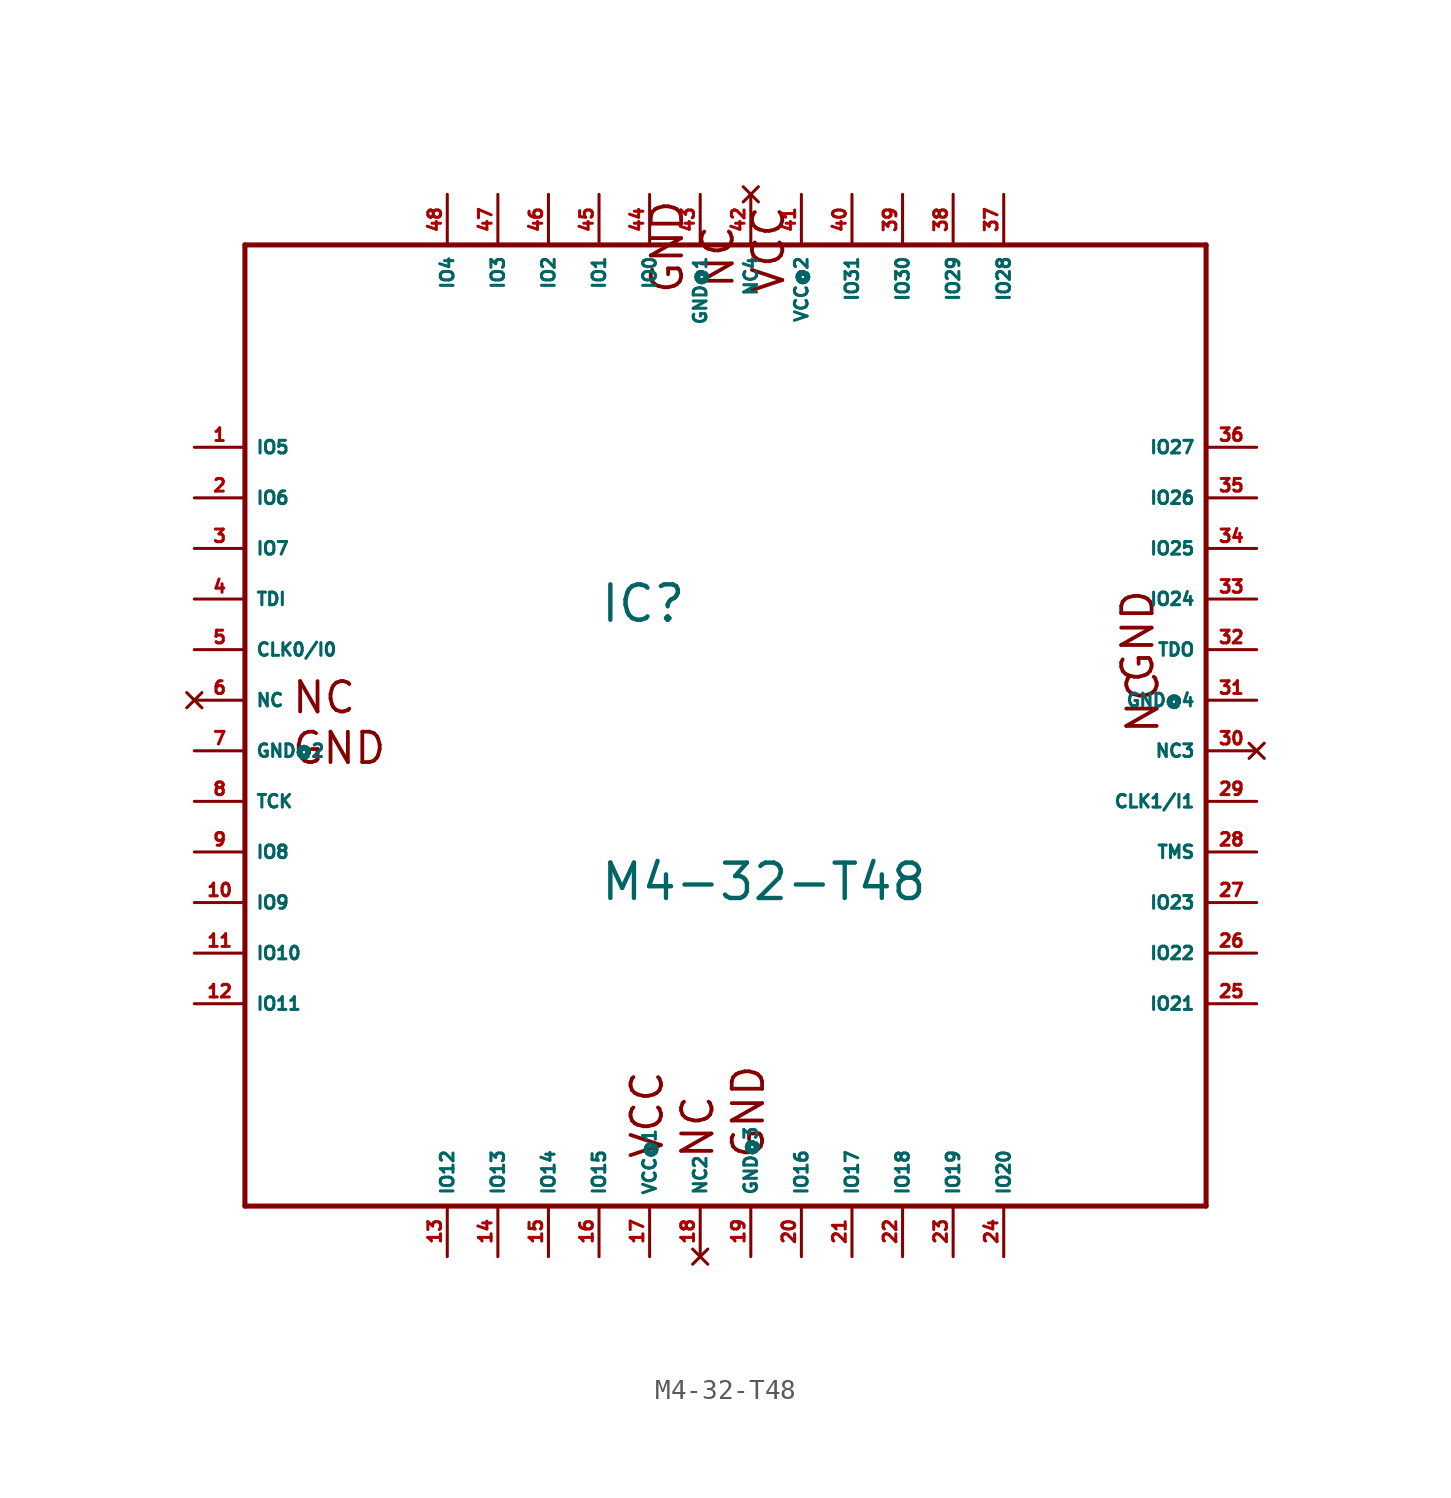
<source format=kicad_sym>
(kicad_symbol_lib
  (version 20220914)
  (generator Eagle2Kicad)
  (symbol "M4-32-T48"
    (property "Reference" "IC"
      (at -7.62 3.81 0)
      (effects (font (size 1.778 1.778) (thickness 0.22)) (justify left bottom)))
    (property "Value" "M4-32-T48"
      (at -7.62 -10.16 0)
      (effects (font (size 1.778 1.778) (thickness 0.22)) (justify left bottom)))
    (polyline
      (pts (xy -25.4 22.86) (xy -25.4 -25.4))
      (stroke (width 0.254) (type default))
      (fill (type none)))
    (polyline
      (pts (xy -25.4 -25.4) (xy 22.86 -25.4))
      (stroke (width 0.254) (type default))
      (fill (type none)))
    (polyline
      (pts (xy 22.86 -25.4) (xy 22.86 22.86))
      (stroke (width 0.254) (type default))
      (fill (type none)))
    (polyline
      (pts (xy 22.86 22.86) (xy -25.4 22.86))
      (stroke (width 0.254) (type default))
      (fill (type none)))
    (text "GND"
      (at -23.114 -3.302 0)
      (effects (font (size 1.524 1.524) (thickness 0.19)) (justify left bottom)))
    (text "GND"
      (at 0.762 -23.114 900)
      (effects (font (size 1.524 1.524) (thickness 0.19)) (justify left bottom)))
    (text "GND"
      (at 20.32 0.762 1800)
      (effects (font (size 1.524 1.524) (thickness 0.19)) (justify left bottom)))
    (text "GND"
      (at -3.302 20.32 2700)
      (effects (font (size 1.524 1.524) (thickness 0.19)) (justify left bottom)))
    (text "VCC"
      (at 1.778 20.32 2700)
      (effects (font (size 1.524 1.524) (thickness 0.19)) (justify left bottom)))
    (text "VCC"
      (at -4.318 -23.114 900)
      (effects (font (size 1.524 1.524) (thickness 0.19)) (justify left bottom)))
    (text "NC"
      (at -23.114 -0.762 0)
      (effects (font (size 1.524 1.524) (thickness 0.19)) (justify left bottom)))
    (text "NC"
      (at -1.778 -23.114 900)
      (effects (font (size 1.524 1.524) (thickness 0.19)) (justify left bottom)))
    (text "NC"
      (at 20.574 -1.778 1800)
      (effects (font (size 1.524 1.524) (thickness 0.19)) (justify left bottom)))
    (text "NC"
      (at -0.762 20.574 2700)
      (effects (font (size 1.524 1.524) (thickness 0.19)) (justify left bottom)))
    (pin input line
      (at -27.94 2.54 0)
      (length 2.54)
      (name "CLK0/I0" (effects (font (size 0.635 0.635) (thickness 0.08)) (justify left bottom)))
      (number "5" (effects (font (size 0.635 0.635) (thickness 0.08)) (justify left bottom))))
    (pin input line
      (at 25.4 -5.08 180)
      (length 2.54)
      (name "CLK1/I1" (effects (font (size 0.635 0.635) (thickness 0.08)) (justify left bottom)))
      (number "29" (effects (font (size 0.635 0.635) (thickness 0.08)) (justify left bottom))))
    (pin input line
      (at -27.94 5.08 0)
      (length 2.54)
      (name "TDI" (effects (font (size 0.635 0.635) (thickness 0.08)) (justify left bottom)))
      (number "4" (effects (font (size 0.635 0.635) (thickness 0.08)) (justify left bottom))))
    (pin input line
      (at -27.94 -5.08 0)
      (length 2.54)
      (name "TCK" (effects (font (size 0.635 0.635) (thickness 0.08)) (justify left bottom)))
      (number "8" (effects (font (size 0.635 0.635) (thickness 0.08)) (justify left bottom))))
    (pin input line
      (at 25.4 -7.62 180)
      (length 2.54)
      (name "TMS" (effects (font (size 0.635 0.635) (thickness 0.08)) (justify left bottom)))
      (number "28" (effects (font (size 0.635 0.635) (thickness 0.08)) (justify left bottom))))
    (pin output line
      (at 25.4 2.54 180)
      (length 2.54)
      (name "TDO" (effects (font (size 0.635 0.635) (thickness 0.08)) (justify left bottom)))
      (number "32" (effects (font (size 0.635 0.635) (thickness 0.08)) (justify left bottom))))
    (pin bidirectional line
      (at -5.08 25.4 270)
      (length 2.54)
      (name "IO0" (effects (font (size 0.635 0.635) (thickness 0.08)) (justify left bottom)))
      (number "44" (effects (font (size 0.635 0.635) (thickness 0.08)) (justify left bottom))))
    (pin bidirectional line
      (at -7.62 25.4 270)
      (length 2.54)
      (name "IO1" (effects (font (size 0.635 0.635) (thickness 0.08)) (justify left bottom)))
      (number "45" (effects (font (size 0.635 0.635) (thickness 0.08)) (justify left bottom))))
    (pin bidirectional line
      (at -10.16 25.4 270)
      (length 2.54)
      (name "IO2" (effects (font (size 0.635 0.635) (thickness 0.08)) (justify left bottom)))
      (number "46" (effects (font (size 0.635 0.635) (thickness 0.08)) (justify left bottom))))
    (pin bidirectional line
      (at -12.7 25.4 270)
      (length 2.54)
      (name "IO3" (effects (font (size 0.635 0.635) (thickness 0.08)) (justify left bottom)))
      (number "47" (effects (font (size 0.635 0.635) (thickness 0.08)) (justify left bottom))))
    (pin bidirectional line
      (at -15.24 25.4 270)
      (length 2.54)
      (name "IO4" (effects (font (size 0.635 0.635) (thickness 0.08)) (justify left bottom)))
      (number "48" (effects (font (size 0.635 0.635) (thickness 0.08)) (justify left bottom))))
    (pin bidirectional line
      (at -27.94 12.7 0)
      (length 2.54)
      (name "IO5" (effects (font (size 0.635 0.635) (thickness 0.08)) (justify left bottom)))
      (number "1" (effects (font (size 0.635 0.635) (thickness 0.08)) (justify left bottom))))
    (pin bidirectional line
      (at -27.94 10.16 0)
      (length 2.54)
      (name "IO6" (effects (font (size 0.635 0.635) (thickness 0.08)) (justify left bottom)))
      (number "2" (effects (font (size 0.635 0.635) (thickness 0.08)) (justify left bottom))))
    (pin bidirectional line
      (at -27.94 7.62 0)
      (length 2.54)
      (name "IO7" (effects (font (size 0.635 0.635) (thickness 0.08)) (justify left bottom)))
      (number "3" (effects (font (size 0.635 0.635) (thickness 0.08)) (justify left bottom))))
    (pin bidirectional line
      (at -27.94 -7.62 0)
      (length 2.54)
      (name "IO8" (effects (font (size 0.635 0.635) (thickness 0.08)) (justify left bottom)))
      (number "9" (effects (font (size 0.635 0.635) (thickness 0.08)) (justify left bottom))))
    (pin bidirectional line
      (at -27.94 -10.16 0)
      (length 2.54)
      (name "IO9" (effects (font (size 0.635 0.635) (thickness 0.08)) (justify left bottom)))
      (number "10" (effects (font (size 0.635 0.635) (thickness 0.08)) (justify left bottom))))
    (pin bidirectional line
      (at -27.94 -12.7 0)
      (length 2.54)
      (name "IO10" (effects (font (size 0.635 0.635) (thickness 0.08)) (justify left bottom)))
      (number "11" (effects (font (size 0.635 0.635) (thickness 0.08)) (justify left bottom))))
    (pin bidirectional line
      (at -27.94 -15.24 0)
      (length 2.54)
      (name "IO11" (effects (font (size 0.635 0.635) (thickness 0.08)) (justify left bottom)))
      (number "12" (effects (font (size 0.635 0.635) (thickness 0.08)) (justify left bottom))))
    (pin bidirectional line
      (at -15.24 -27.94 90)
      (length 2.54)
      (name "IO12" (effects (font (size 0.635 0.635) (thickness 0.08)) (justify left bottom)))
      (number "13" (effects (font (size 0.635 0.635) (thickness 0.08)) (justify left bottom))))
    (pin bidirectional line
      (at -12.7 -27.94 90)
      (length 2.54)
      (name "IO13" (effects (font (size 0.635 0.635) (thickness 0.08)) (justify left bottom)))
      (number "14" (effects (font (size 0.635 0.635) (thickness 0.08)) (justify left bottom))))
    (pin bidirectional line
      (at -10.16 -27.94 90)
      (length 2.54)
      (name "IO14" (effects (font (size 0.635 0.635) (thickness 0.08)) (justify left bottom)))
      (number "15" (effects (font (size 0.635 0.635) (thickness 0.08)) (justify left bottom))))
    (pin bidirectional line
      (at -7.62 -27.94 90)
      (length 2.54)
      (name "IO15" (effects (font (size 0.635 0.635) (thickness 0.08)) (justify left bottom)))
      (number "16" (effects (font (size 0.635 0.635) (thickness 0.08)) (justify left bottom))))
    (pin bidirectional line
      (at 2.54 -27.94 90)
      (length 2.54)
      (name "IO16" (effects (font (size 0.635 0.635) (thickness 0.08)) (justify left bottom)))
      (number "20" (effects (font (size 0.635 0.635) (thickness 0.08)) (justify left bottom))))
    (pin bidirectional line
      (at 5.08 -27.94 90)
      (length 2.54)
      (name "IO17" (effects (font (size 0.635 0.635) (thickness 0.08)) (justify left bottom)))
      (number "21" (effects (font (size 0.635 0.635) (thickness 0.08)) (justify left bottom))))
    (pin bidirectional line
      (at 7.62 -27.94 90)
      (length 2.54)
      (name "IO18" (effects (font (size 0.635 0.635) (thickness 0.08)) (justify left bottom)))
      (number "22" (effects (font (size 0.635 0.635) (thickness 0.08)) (justify left bottom))))
    (pin bidirectional line
      (at 10.16 -27.94 90)
      (length 2.54)
      (name "IO19" (effects (font (size 0.635 0.635) (thickness 0.08)) (justify left bottom)))
      (number "23" (effects (font (size 0.635 0.635) (thickness 0.08)) (justify left bottom))))
    (pin bidirectional line
      (at 12.7 -27.94 90)
      (length 2.54)
      (name "IO20" (effects (font (size 0.635 0.635) (thickness 0.08)) (justify left bottom)))
      (number "24" (effects (font (size 0.635 0.635) (thickness 0.08)) (justify left bottom))))
    (pin bidirectional line
      (at 25.4 -15.24 180)
      (length 2.54)
      (name "IO21" (effects (font (size 0.635 0.635) (thickness 0.08)) (justify left bottom)))
      (number "25" (effects (font (size 0.635 0.635) (thickness 0.08)) (justify left bottom))))
    (pin bidirectional line
      (at 25.4 -12.7 180)
      (length 2.54)
      (name "IO22" (effects (font (size 0.635 0.635) (thickness 0.08)) (justify left bottom)))
      (number "26" (effects (font (size 0.635 0.635) (thickness 0.08)) (justify left bottom))))
    (pin bidirectional line
      (at 25.4 -10.16 180)
      (length 2.54)
      (name "IO23" (effects (font (size 0.635 0.635) (thickness 0.08)) (justify left bottom)))
      (number "27" (effects (font (size 0.635 0.635) (thickness 0.08)) (justify left bottom))))
    (pin bidirectional line
      (at 25.4 5.08 180)
      (length 2.54)
      (name "IO24" (effects (font (size 0.635 0.635) (thickness 0.08)) (justify left bottom)))
      (number "33" (effects (font (size 0.635 0.635) (thickness 0.08)) (justify left bottom))))
    (pin bidirectional line
      (at 25.4 7.62 180)
      (length 2.54)
      (name "IO25" (effects (font (size 0.635 0.635) (thickness 0.08)) (justify left bottom)))
      (number "34" (effects (font (size 0.635 0.635) (thickness 0.08)) (justify left bottom))))
    (pin bidirectional line
      (at 25.4 10.16 180)
      (length 2.54)
      (name "IO26" (effects (font (size 0.635 0.635) (thickness 0.08)) (justify left bottom)))
      (number "35" (effects (font (size 0.635 0.635) (thickness 0.08)) (justify left bottom))))
    (pin bidirectional line
      (at 25.4 12.7 180)
      (length 2.54)
      (name "IO27" (effects (font (size 0.635 0.635) (thickness 0.08)) (justify left bottom)))
      (number "36" (effects (font (size 0.635 0.635) (thickness 0.08)) (justify left bottom))))
    (pin bidirectional line
      (at 12.7 25.4 270)
      (length 2.54)
      (name "IO28" (effects (font (size 0.635 0.635) (thickness 0.08)) (justify left bottom)))
      (number "37" (effects (font (size 0.635 0.635) (thickness 0.08)) (justify left bottom))))
    (pin bidirectional line
      (at 10.16 25.4 270)
      (length 2.54)
      (name "IO29" (effects (font (size 0.635 0.635) (thickness 0.08)) (justify left bottom)))
      (number "38" (effects (font (size 0.635 0.635) (thickness 0.08)) (justify left bottom))))
    (pin bidirectional line
      (at 7.62 25.4 270)
      (length 2.54)
      (name "IO30" (effects (font (size 0.635 0.635) (thickness 0.08)) (justify left bottom)))
      (number "39" (effects (font (size 0.635 0.635) (thickness 0.08)) (justify left bottom))))
    (pin bidirectional line
      (at 5.08 25.4 270)
      (length 2.54)
      (name "IO31" (effects (font (size 0.635 0.635) (thickness 0.08)) (justify left bottom)))
      (number "40" (effects (font (size 0.635 0.635) (thickness 0.08)) (justify left bottom))))
    (pin unspecified line
      (at -2.54 25.4 270)
      (length 2.54)
      (name "GND@1" (effects (font (size 0.635 0.635) (thickness 0.08)) (justify left bottom)))
      (number "43" (effects (font (size 0.635 0.635) (thickness 0.08)) (justify left bottom))))
    (pin unspecified line
      (at -27.94 -2.54 0)
      (length 2.54)
      (name "GND@2" (effects (font (size 0.635 0.635) (thickness 0.08)) (justify left bottom)))
      (number "7" (effects (font (size 0.635 0.635) (thickness 0.08)) (justify left bottom))))
    (pin unspecified line
      (at 0 -27.94 90)
      (length 2.54)
      (name "GND@3" (effects (font (size 0.635 0.635) (thickness 0.08)) (justify left bottom)))
      (number "19" (effects (font (size 0.635 0.635) (thickness 0.08)) (justify left bottom))))
    (pin unspecified line
      (at 25.4 0 180)
      (length 2.54)
      (name "GND@4" (effects (font (size 0.635 0.635) (thickness 0.08)) (justify left bottom)))
      (number "31" (effects (font (size 0.635 0.635) (thickness 0.08)) (justify left bottom))))
    (pin unspecified line
      (at -5.08 -27.94 90)
      (length 2.54)
      (name "VCC@1" (effects (font (size 0.635 0.635) (thickness 0.08)) (justify left bottom)))
      (number "17" (effects (font (size 0.635 0.635) (thickness 0.08)) (justify left bottom))))
    (pin unspecified line
      (at 2.54 25.4 270)
      (length 2.54)
      (name "VCC@2" (effects (font (size 0.635 0.635) (thickness 0.08)) (justify left bottom)))
      (number "41" (effects (font (size 0.635 0.635) (thickness 0.08)) (justify left bottom))))
    (pin no_connect line
      (at -27.94 0 0)
      (length 2.54)
      (name "NC" (effects (font (size 0.635 0.635) (thickness 0.08)) (justify left bottom) hide))
      (number "6" (effects (font (size 0.635 0.635) (thickness 0.08)) (justify left bottom) hide)))
    (pin no_connect line
      (at -2.54 -27.94 90)
      (length 2.54)
      (name "NC2" (effects (font (size 0.635 0.635) (thickness 0.08)) (justify left bottom) hide))
      (number "18" (effects (font (size 0.635 0.635) (thickness 0.08)) (justify left bottom) hide)))
    (pin no_connect line
      (at 25.4 -2.54 180)
      (length 2.54)
      (name "NC3" (effects (font (size 0.635 0.635) (thickness 0.08)) (justify left bottom) hide))
      (number "30" (effects (font (size 0.635 0.635) (thickness 0.08)) (justify left bottom) hide)))
    (pin no_connect line
      (at 0 25.4 270)
      (length 2.54)
      (name "NC4" (effects (font (size 0.635 0.635) (thickness 0.08)) (justify left bottom) hide))
      (number "42" (effects (font (size 0.635 0.635) (thickness 0.08)) (justify left bottom) hide)))))
</source>
